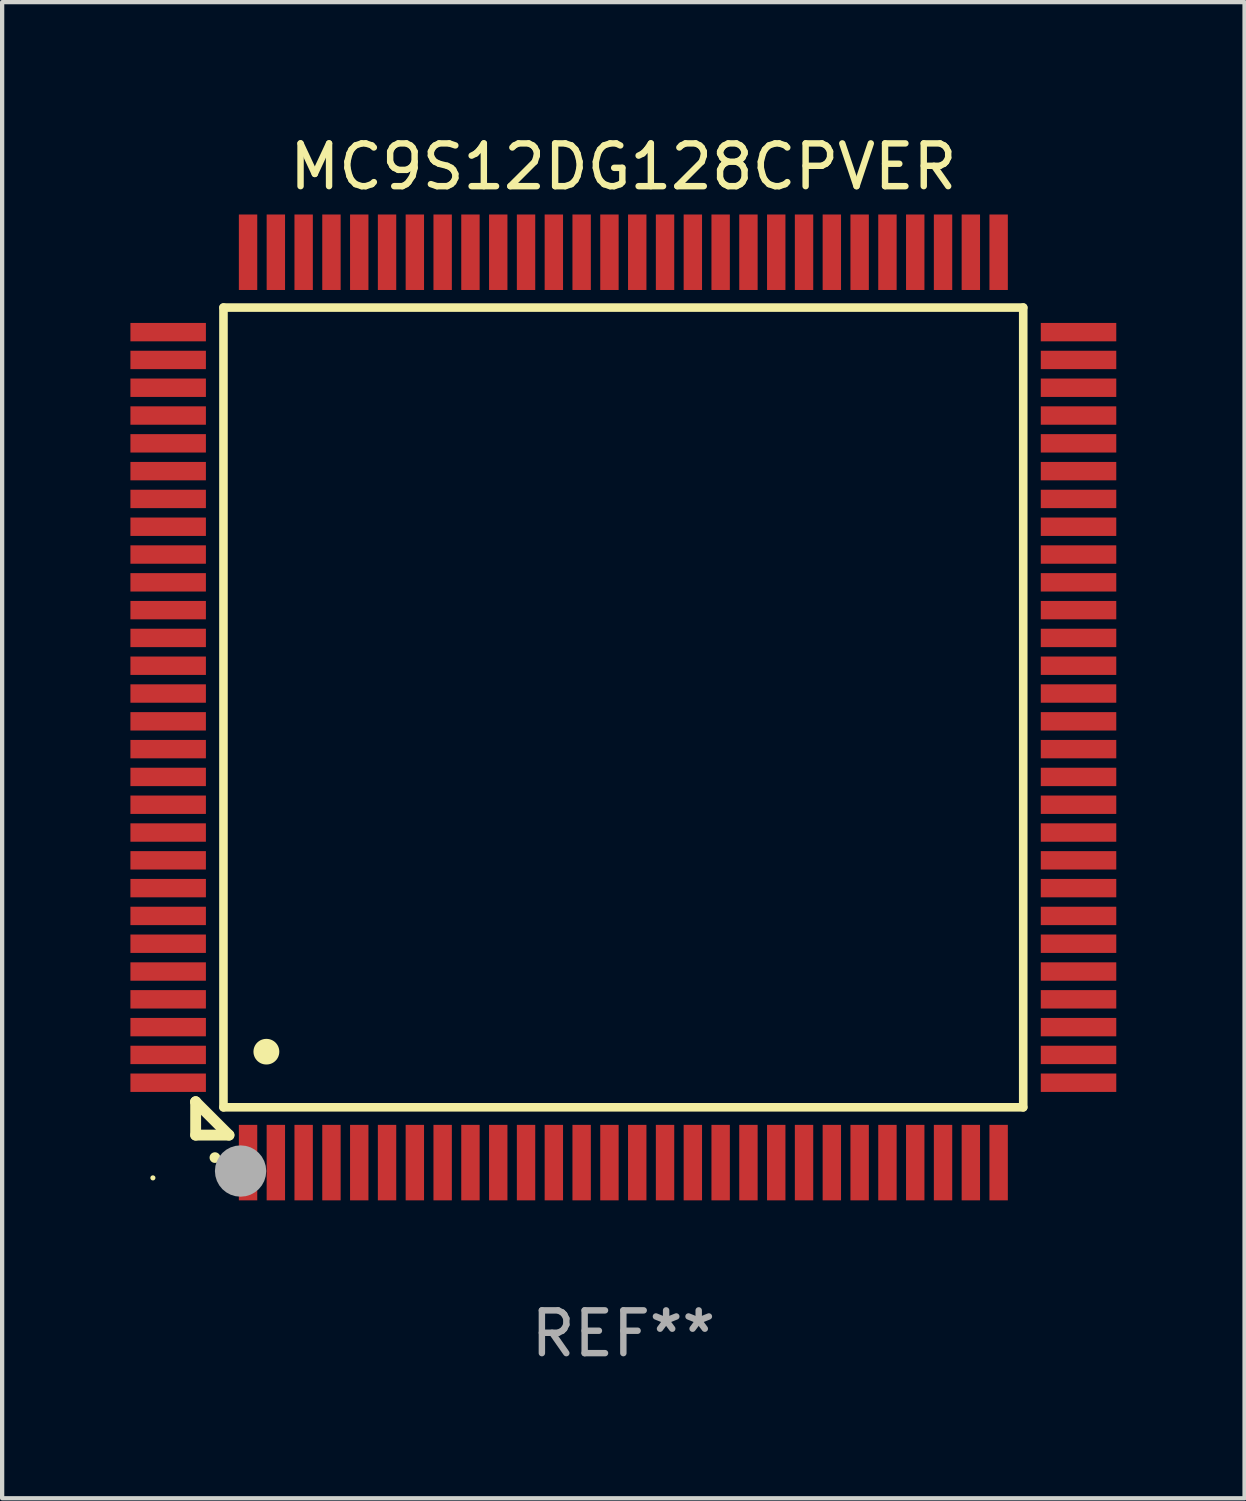
<source format=kicad_pcb>
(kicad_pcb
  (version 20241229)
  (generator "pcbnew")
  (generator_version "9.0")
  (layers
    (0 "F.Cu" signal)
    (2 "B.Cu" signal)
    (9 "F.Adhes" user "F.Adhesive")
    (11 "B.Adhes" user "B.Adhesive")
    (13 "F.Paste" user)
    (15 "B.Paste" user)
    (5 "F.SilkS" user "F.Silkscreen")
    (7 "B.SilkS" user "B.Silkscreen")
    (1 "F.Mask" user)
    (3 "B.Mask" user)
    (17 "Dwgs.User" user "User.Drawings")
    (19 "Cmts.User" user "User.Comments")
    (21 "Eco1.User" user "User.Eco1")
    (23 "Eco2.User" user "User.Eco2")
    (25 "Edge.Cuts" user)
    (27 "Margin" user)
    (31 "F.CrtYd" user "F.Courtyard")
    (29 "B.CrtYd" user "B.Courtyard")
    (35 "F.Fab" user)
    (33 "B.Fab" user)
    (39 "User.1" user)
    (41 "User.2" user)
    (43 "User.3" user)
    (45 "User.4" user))
  (footprint "MC9S12DG128CPVER"
    (layer "F.Cu")
    (at 11.525 13.491)
    (property "Reference" "MC9S12DG128CPVER" (at 0 -12.643 0) (layer "F.SilkS") (effects (font (size 1 1) (thickness 0.15))))
    (attr through_hole)
    (fp_line (start -10 9.221) (end -10 9.221) (stroke (width 0.254) (type solid)) (layer "F.SilkS"))
    (fp_line (start -10 9.221) (end -10 10) (stroke (width 0.254) (type solid)) (layer "F.SilkS"))
    (fp_line (start -10 9.221) (end -9.221 10) (stroke (width 0.254) (type solid)) (layer "F.SilkS"))
    (fp_line (start -10 10) (end -9.221 10) (stroke (width 0.254) (type solid)) (layer "F.SilkS"))
    (fp_line (start -9.35 -9.35) (end -9.35 9.35) (stroke (width 0.201) (type solid)) (layer "F.SilkS"))
    (fp_line (start -9.35 9.35) (end 9.35 9.35) (stroke (width 0.201) (type solid)) (layer "F.SilkS"))
    (fp_line (start 9.35 -9.35) (end -9.35 -9.35) (stroke (width 0.201) (type solid)) (layer "F.SilkS"))
    (fp_line (start 9.35 9.35) (end 9.35 -9.35) (stroke (width 0.201) (type solid)) (layer "F.SilkS"))
    (fp_arc (start -9.550546 10.525832) (mid -9.549276 10.525826) (end -9.548006 10.525832) (stroke (width 0.24892) (type solid)) (layer "F.SilkS"))
    (fp_arc (start -8.349124 8.049327) (mid -8.346584 8.049316) (end -8.344044 8.049327) (stroke (width 0.599441) (type solid)) (layer "F.SilkS"))
    (fp_circle (center -11 11) (end -10.97 11) (stroke (width 0.06) (type solid)) (fill no) (layer "F.SilkS"))
    (fp_circle (center -8.95 10.84) (end -8.65 10.84) (stroke (width 0.6) (type solid)) (fill no) (layer "F.Fab"))
    (fp_text user "REF**" (at 0 14.643 0) (layer "F.Fab") (effects (font (size 1 1) (thickness 0.15))))
    (pad "1" smd rect (at -8.775 10.643) (size 0.43 1.765) (layers "F.Cu" "F.Mask" "F.Paste"))
    (pad "2" smd rect (at -8.125 10.643) (size 0.43 1.765) (layers "F.Cu" "F.Mask" "F.Paste"))
    (pad "3" smd rect (at -7.475 10.643) (size 0.43 1.765) (layers "F.Cu" "F.Mask" "F.Paste"))
    (pad "4" smd rect (at -6.825 10.643) (size 0.43 1.765) (layers "F.Cu" "F.Mask" "F.Paste"))
    (pad "5" smd rect (at -6.175 10.643) (size 0.43 1.765) (layers "F.Cu" "F.Mask" "F.Paste"))
    (pad "6" smd rect (at -5.525 10.643) (size 0.43 1.765) (layers "F.Cu" "F.Mask" "F.Paste"))
    (pad "7" smd rect (at -4.875 10.643) (size 0.43 1.765) (layers "F.Cu" "F.Mask" "F.Paste"))
    (pad "8" smd rect (at -4.225 10.643) (size 0.43 1.765) (layers "F.Cu" "F.Mask" "F.Paste"))
    (pad "9" smd rect (at -3.575 10.643) (size 0.43 1.765) (layers "F.Cu" "F.Mask" "F.Paste"))
    (pad "10" smd rect (at -2.925 10.643) (size 0.43 1.765) (layers "F.Cu" "F.Mask" "F.Paste"))
    (pad "11" smd rect (at -2.275 10.643) (size 0.43 1.765) (layers "F.Cu" "F.Mask" "F.Paste"))
    (pad "12" smd rect (at -1.625 10.643) (size 0.43 1.765) (layers "F.Cu" "F.Mask" "F.Paste"))
    (pad "13" smd rect (at -0.975 10.643) (size 0.43 1.765) (layers "F.Cu" "F.Mask" "F.Paste"))
    (pad "14" smd rect (at -0.325 10.643) (size 0.43 1.765) (layers "F.Cu" "F.Mask" "F.Paste"))
    (pad "15" smd rect (at 0.325 10.643) (size 0.43 1.765) (layers "F.Cu" "F.Mask" "F.Paste"))
    (pad "16" smd rect (at 0.975 10.643) (size 0.43 1.765) (layers "F.Cu" "F.Mask" "F.Paste"))
    (pad "17" smd rect (at 1.625 10.643) (size 0.43 1.765) (layers "F.Cu" "F.Mask" "F.Paste"))
    (pad "18" smd rect (at 2.275 10.643) (size 0.43 1.765) (layers "F.Cu" "F.Mask" "F.Paste"))
    (pad "19" smd rect (at 2.925 10.643) (size 0.43 1.765) (layers "F.Cu" "F.Mask" "F.Paste"))
    (pad "20" smd rect (at 3.575 10.643) (size 0.43 1.765) (layers "F.Cu" "F.Mask" "F.Paste"))
    (pad "21" smd rect (at 4.225 10.643) (size 0.43 1.765) (layers "F.Cu" "F.Mask" "F.Paste"))
    (pad "22" smd rect (at 4.875 10.643) (size 0.43 1.765) (layers "F.Cu" "F.Mask" "F.Paste"))
    (pad "23" smd rect (at 5.525 10.643) (size 0.43 1.765) (layers "F.Cu" "F.Mask" "F.Paste"))
    (pad "24" smd rect (at 6.175 10.643) (size 0.43 1.765) (layers "F.Cu" "F.Mask" "F.Paste"))
    (pad "25" smd rect (at 6.825 10.643) (size 0.43 1.765) (layers "F.Cu" "F.Mask" "F.Paste"))
    (pad "26" smd rect (at 7.475 10.643) (size 0.43 1.765) (layers "F.Cu" "F.Mask" "F.Paste"))
    (pad "27" smd rect (at 8.125 10.643) (size 0.43 1.765) (layers "F.Cu" "F.Mask" "F.Paste"))
    (pad "28" smd rect (at 8.775 10.643) (size 0.43 1.765) (layers "F.Cu" "F.Mask" "F.Paste"))
    (pad "29" smd rect (at 10.643 8.775) (size 1.765 0.43) (layers "F.Cu" "F.Mask" "F.Paste"))
    (pad "30" smd rect (at 10.643 8.125) (size 1.765 0.43) (layers "F.Cu" "F.Mask" "F.Paste"))
    (pad "31" smd rect (at 10.643 7.475) (size 1.765 0.43) (layers "F.Cu" "F.Mask" "F.Paste"))
    (pad "32" smd rect (at 10.643 6.825) (size 1.765 0.43) (layers "F.Cu" "F.Mask" "F.Paste"))
    (pad "33" smd rect (at 10.643 6.175) (size 1.765 0.43) (layers "F.Cu" "F.Mask" "F.Paste"))
    (pad "34" smd rect (at 10.643 5.525) (size 1.765 0.43) (layers "F.Cu" "F.Mask" "F.Paste"))
    (pad "35" smd rect (at 10.643 4.875) (size 1.765 0.43) (layers "F.Cu" "F.Mask" "F.Paste"))
    (pad "36" smd rect (at 10.643 4.225) (size 1.765 0.43) (layers "F.Cu" "F.Mask" "F.Paste"))
    (pad "37" smd rect (at 10.643 3.575) (size 1.765 0.43) (layers "F.Cu" "F.Mask" "F.Paste"))
    (pad "38" smd rect (at 10.643 2.925) (size 1.765 0.43) (layers "F.Cu" "F.Mask" "F.Paste"))
    (pad "39" smd rect (at 10.643 2.275) (size 1.765 0.43) (layers "F.Cu" "F.Mask" "F.Paste"))
    (pad "40" smd rect (at 10.643 1.625) (size 1.765 0.43) (layers "F.Cu" "F.Mask" "F.Paste"))
    (pad "41" smd rect (at 10.643 0.975) (size 1.765 0.43) (layers "F.Cu" "F.Mask" "F.Paste"))
    (pad "42" smd rect (at 10.643 0.325) (size 1.765 0.43) (layers "F.Cu" "F.Mask" "F.Paste"))
    (pad "43" smd rect (at 10.643 -0.325) (size 1.765 0.43) (layers "F.Cu" "F.Mask" "F.Paste"))
    (pad "44" smd rect (at 10.643 -0.975) (size 1.765 0.43) (layers "F.Cu" "F.Mask" "F.Paste"))
    (pad "45" smd rect (at 10.643 -1.625) (size 1.765 0.43) (layers "F.Cu" "F.Mask" "F.Paste"))
    (pad "46" smd rect (at 10.643 -2.275) (size 1.765 0.43) (layers "F.Cu" "F.Mask" "F.Paste"))
    (pad "47" smd rect (at 10.643 -2.925) (size 1.765 0.43) (layers "F.Cu" "F.Mask" "F.Paste"))
    (pad "48" smd rect (at 10.643 -3.575) (size 1.765 0.43) (layers "F.Cu" "F.Mask" "F.Paste"))
    (pad "49" smd rect (at 10.643 -4.225) (size 1.765 0.43) (layers "F.Cu" "F.Mask" "F.Paste"))
    (pad "50" smd rect (at 10.643 -4.875) (size 1.765 0.43) (layers "F.Cu" "F.Mask" "F.Paste"))
    (pad "51" smd rect (at 10.643 -5.525) (size 1.765 0.43) (layers "F.Cu" "F.Mask" "F.Paste"))
    (pad "52" smd rect (at 10.643 -6.175) (size 1.765 0.43) (layers "F.Cu" "F.Mask" "F.Paste"))
    (pad "53" smd rect (at 10.643 -6.825) (size 1.765 0.43) (layers "F.Cu" "F.Mask" "F.Paste"))
    (pad "54" smd rect (at 10.643 -7.475) (size 1.765 0.43) (layers "F.Cu" "F.Mask" "F.Paste"))
    (pad "55" smd rect (at 10.643 -8.125) (size 1.765 0.43) (layers "F.Cu" "F.Mask" "F.Paste"))
    (pad "56" smd rect (at 10.643 -8.775) (size 1.765 0.43) (layers "F.Cu" "F.Mask" "F.Paste"))
    (pad "57" smd rect (at 8.775 -10.643) (size 0.43 1.765) (layers "F.Cu" "F.Mask" "F.Paste"))
    (pad "58" smd rect (at 8.125 -10.643) (size 0.43 1.765) (layers "F.Cu" "F.Mask" "F.Paste"))
    (pad "59" smd rect (at 7.475 -10.643) (size 0.43 1.765) (layers "F.Cu" "F.Mask" "F.Paste"))
    (pad "60" smd rect (at 6.825 -10.643) (size 0.43 1.765) (layers "F.Cu" "F.Mask" "F.Paste"))
    (pad "61" smd rect (at 6.175 -10.643) (size 0.43 1.765) (layers "F.Cu" "F.Mask" "F.Paste"))
    (pad "62" smd rect (at 5.525 -10.643) (size 0.43 1.765) (layers "F.Cu" "F.Mask" "F.Paste"))
    (pad "63" smd rect (at 4.875 -10.643) (size 0.43 1.765) (layers "F.Cu" "F.Mask" "F.Paste"))
    (pad "64" smd rect (at 4.225 -10.643) (size 0.43 1.765) (layers "F.Cu" "F.Mask" "F.Paste"))
    (pad "65" smd rect (at 3.575 -10.643) (size 0.43 1.765) (layers "F.Cu" "F.Mask" "F.Paste"))
    (pad "66" smd rect (at 2.925 -10.643) (size 0.43 1.765) (layers "F.Cu" "F.Mask" "F.Paste"))
    (pad "67" smd rect (at 2.275 -10.643) (size 0.43 1.765) (layers "F.Cu" "F.Mask" "F.Paste"))
    (pad "68" smd rect (at 1.625 -10.643) (size 0.43 1.765) (layers "F.Cu" "F.Mask" "F.Paste"))
    (pad "69" smd rect (at 0.975 -10.643) (size 0.43 1.765) (layers "F.Cu" "F.Mask" "F.Paste"))
    (pad "70" smd rect (at 0.325 -10.643) (size 0.43 1.765) (layers "F.Cu" "F.Mask" "F.Paste"))
    (pad "71" smd rect (at -0.325 -10.643) (size 0.43 1.765) (layers "F.Cu" "F.Mask" "F.Paste"))
    (pad "72" smd rect (at -0.975 -10.643) (size 0.43 1.765) (layers "F.Cu" "F.Mask" "F.Paste"))
    (pad "73" smd rect (at -1.625 -10.643) (size 0.43 1.765) (layers "F.Cu" "F.Mask" "F.Paste"))
    (pad "74" smd rect (at -2.275 -10.643) (size 0.43 1.765) (layers "F.Cu" "F.Mask" "F.Paste"))
    (pad "75" smd rect (at -2.925 -10.643) (size 0.43 1.765) (layers "F.Cu" "F.Mask" "F.Paste"))
    (pad "76" smd rect (at -3.575 -10.643) (size 0.43 1.765) (layers "F.Cu" "F.Mask" "F.Paste"))
    (pad "77" smd rect (at -4.225 -10.643) (size 0.43 1.765) (layers "F.Cu" "F.Mask" "F.Paste"))
    (pad "78" smd rect (at -4.875 -10.643) (size 0.43 1.765) (layers "F.Cu" "F.Mask" "F.Paste"))
    (pad "79" smd rect (at -5.525 -10.643) (size 0.43 1.765) (layers "F.Cu" "F.Mask" "F.Paste"))
    (pad "80" smd rect (at -6.175 -10.643) (size 0.43 1.765) (layers "F.Cu" "F.Mask" "F.Paste"))
    (pad "81" smd rect (at -6.825 -10.643) (size 0.43 1.765) (layers "F.Cu" "F.Mask" "F.Paste"))
    (pad "82" smd rect (at -7.475 -10.643) (size 0.43 1.765) (layers "F.Cu" "F.Mask" "F.Paste"))
    (pad "83" smd rect (at -8.125 -10.643) (size 0.43 1.765) (layers "F.Cu" "F.Mask" "F.Paste"))
    (pad "84" smd rect (at -8.775 -10.643) (size 0.43 1.765) (layers "F.Cu" "F.Mask" "F.Paste"))
    (pad "85" smd rect (at -10.643 -8.775) (size 1.765 0.43) (layers "F.Cu" "F.Mask" "F.Paste"))
    (pad "86" smd rect (at -10.643 -8.125) (size 1.765 0.43) (layers "F.Cu" "F.Mask" "F.Paste"))
    (pad "87" smd rect (at -10.643 -7.475) (size 1.765 0.43) (layers "F.Cu" "F.Mask" "F.Paste"))
    (pad "88" smd rect (at -10.643 -6.825) (size 1.765 0.43) (layers "F.Cu" "F.Mask" "F.Paste"))
    (pad "89" smd rect (at -10.643 -6.175) (size 1.765 0.43) (layers "F.Cu" "F.Mask" "F.Paste"))
    (pad "90" smd rect (at -10.643 -5.525) (size 1.765 0.43) (layers "F.Cu" "F.Mask" "F.Paste"))
    (pad "91" smd rect (at -10.643 -4.875) (size 1.765 0.43) (layers "F.Cu" "F.Mask" "F.Paste"))
    (pad "92" smd rect (at -10.643 -4.225) (size 1.765 0.43) (layers "F.Cu" "F.Mask" "F.Paste"))
    (pad "93" smd rect (at -10.643 -3.575) (size 1.765 0.43) (layers "F.Cu" "F.Mask" "F.Paste"))
    (pad "94" smd rect (at -10.643 -2.925) (size 1.765 0.43) (layers "F.Cu" "F.Mask" "F.Paste"))
    (pad "95" smd rect (at -10.643 -2.275) (size 1.765 0.43) (layers "F.Cu" "F.Mask" "F.Paste"))
    (pad "96" smd rect (at -10.643 -1.625) (size 1.765 0.43) (layers "F.Cu" "F.Mask" "F.Paste"))
    (pad "97" smd rect (at -10.643 -0.975) (size 1.765 0.43) (layers "F.Cu" "F.Mask" "F.Paste"))
    (pad "98" smd rect (at -10.643 -0.325) (size 1.765 0.43) (layers "F.Cu" "F.Mask" "F.Paste"))
    (pad "99" smd rect (at -10.643 0.325) (size 1.765 0.43) (layers "F.Cu" "F.Mask" "F.Paste"))
    (pad "100" smd rect (at -10.643 0.975) (size 1.765 0.43) (layers "F.Cu" "F.Mask" "F.Paste"))
    (pad "101" smd rect (at -10.643 1.625) (size 1.765 0.43) (layers "F.Cu" "F.Mask" "F.Paste"))
    (pad "102" smd rect (at -10.643 2.275) (size 1.765 0.43) (layers "F.Cu" "F.Mask" "F.Paste"))
    (pad "103" smd rect (at -10.643 2.925) (size 1.765 0.43) (layers "F.Cu" "F.Mask" "F.Paste"))
    (pad "104" smd rect (at -10.643 3.575) (size 1.765 0.43) (layers "F.Cu" "F.Mask" "F.Paste"))
    (pad "105" smd rect (at -10.643 4.225) (size 1.765 0.43) (layers "F.Cu" "F.Mask" "F.Paste"))
    (pad "106" smd rect (at -10.643 4.875) (size 1.765 0.43) (layers "F.Cu" "F.Mask" "F.Paste"))
    (pad "107" smd rect (at -10.643 5.525) (size 1.765 0.43) (layers "F.Cu" "F.Mask" "F.Paste"))
    (pad "108" smd rect (at -10.643 6.175) (size 1.765 0.43) (layers "F.Cu" "F.Mask" "F.Paste"))
    (pad "109" smd rect (at -10.643 6.825) (size 1.765 0.43) (layers "F.Cu" "F.Mask" "F.Paste"))
    (pad "110" smd rect (at -10.643 7.475) (size 1.765 0.43) (layers "F.Cu" "F.Mask" "F.Paste"))
    (pad "111" smd rect (at -10.643 8.125) (size 1.765 0.43) (layers "F.Cu" "F.Mask" "F.Paste"))
    (pad "112" smd rect (at -10.643 8.775) (size 1.765 0.43) (layers "F.Cu" "F.Mask" "F.Paste")))
  (gr_rect
    (start -3 -3)
    (end 26.05 31.982)
    (stroke (width 0.1) (type default))
    (fill no)
    (layer "Edge.Cuts")))
</source>
